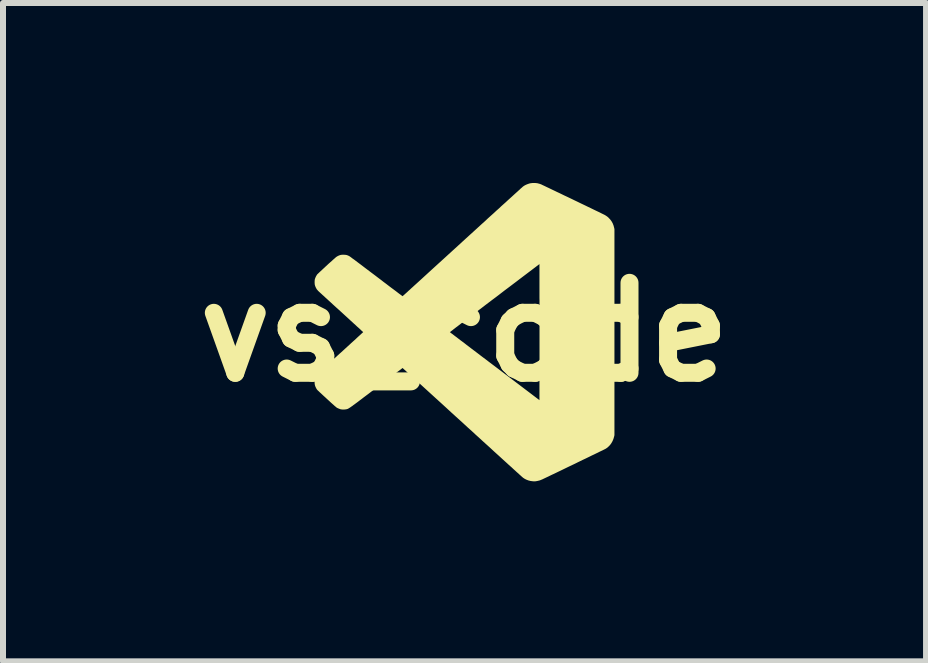
<source format=kicad_pcb>
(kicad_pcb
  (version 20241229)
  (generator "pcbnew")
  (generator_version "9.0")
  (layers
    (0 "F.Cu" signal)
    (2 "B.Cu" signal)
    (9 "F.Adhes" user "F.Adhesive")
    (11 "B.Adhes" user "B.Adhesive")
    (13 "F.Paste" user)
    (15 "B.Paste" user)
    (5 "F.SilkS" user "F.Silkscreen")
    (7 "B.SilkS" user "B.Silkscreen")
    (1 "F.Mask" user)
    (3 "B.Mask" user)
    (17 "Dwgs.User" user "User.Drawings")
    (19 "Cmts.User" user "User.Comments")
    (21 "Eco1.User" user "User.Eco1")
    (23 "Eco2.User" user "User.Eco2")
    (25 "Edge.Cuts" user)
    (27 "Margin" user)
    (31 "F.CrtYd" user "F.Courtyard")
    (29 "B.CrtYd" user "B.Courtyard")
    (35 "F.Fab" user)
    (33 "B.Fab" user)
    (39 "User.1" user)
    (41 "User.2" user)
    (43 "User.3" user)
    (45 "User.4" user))
  (footprint "vs_code"
    (layer "F.Cu")
    (at 4.693 2.486)
    (property "Reference" "vs_code" (at 0 0 0) (layer "F.SilkS") (effects (font (size 1.5 1.5) (thickness 0.3))))
    (attr board_only exclude_from_pos_files exclude_from_bom)
    (fp_poly (pts (xy 1.213 -2.482) (xy 1.251 -2.472) (xy 1.271 -2.465) (xy 1.275 -2.464) (xy 1.283 -2.46) (xy 1.295 -2.454) (xy 1.31 -2.447) (xy 1.329 -2.438) (xy 1.352 -2.427) (xy 1.377 -2.415) (xy 1.405 -2.402) (xy 1.436 -2.387) (xy 1.469 -2.371) (xy 1.505 -2.354) (xy 1.542 -2.336) (xy 1.581 -2.318) (xy 1.622 -2.298) (xy 1.663 -2.278) (xy 1.706 -2.258) (xy 1.75 -2.237) (xy 1.794 -2.216) (xy 1.839 -2.194) (xy 1.883 -2.173) (xy 1.928 -2.151) (xy 1.972 -2.13) (xy 2.016 -2.109) (xy 2.059 -2.088) (xy 2.101 -2.068) (xy 2.142 -2.048) (xy 2.181 -2.029) (xy 2.219 -2.011) (xy 2.255 -1.994) (xy 2.288 -1.977) (xy 2.313 -1.965) (xy 2.339 -1.952) (xy 2.36 -1.939) (xy 2.38 -1.925) (xy 2.398 -1.91) (xy 2.401 -1.906) (xy 2.428 -1.878) (xy 2.451 -1.847) (xy 2.47 -1.813) (xy 2.484 -1.777) (xy 2.493 -1.743) (xy 2.499 -1.718) (xy 2.499 0) (xy 2.499 1.718) (xy 2.493 1.743) (xy 2.482 1.781) (xy 2.467 1.817) (xy 2.448 1.851) (xy 2.426 1.881) (xy 2.399 1.909) (xy 2.37 1.933) (xy 2.351 1.945) (xy 2.348 1.947) (xy 2.34 1.951) (xy 2.329 1.956) (xy 2.314 1.964) (xy 2.296 1.973) (xy 2.274 1.983) (xy 2.249 1.995) (xy 2.222 2.009) (xy 2.192 2.023) (xy 2.16 2.039) (xy 2.125 2.055) (xy 2.089 2.073) (xy 2.052 2.091) (xy 2.013 2.11) (xy 1.972 2.129) (xy 1.931 2.149) (xy 1.89 2.169) (xy 1.848 2.19) (xy 1.806 2.21) (xy 1.764 2.23) (xy 1.722 2.25) (xy 1.681 2.27) (xy 1.64 2.29) (xy 1.601 2.309) (xy 1.563 2.327) (xy 1.526 2.345) (xy 1.491 2.362) (xy 1.458 2.377) (xy 1.427 2.392) (xy 1.399 2.406) (xy 1.373 2.418) (xy 1.35 2.429) (xy 1.331 2.438) (xy 1.314 2.446) (xy 1.302 2.452) (xy 1.293 2.456) (xy 1.29 2.457) (xy 1.256 2.471) (xy 1.22 2.48) (xy 1.187 2.486) (xy 1.175 2.487) (xy 1.165 2.487) (xy 1.157 2.487) (xy 1.148 2.487) (xy 1.138 2.486) (xy 1.104 2.482) (xy 1.07 2.474) (xy 1.037 2.462) (xy 1.006 2.447) (xy 0.978 2.429) (xy 0.977 2.428) (xy 0.976 2.427) (xy 0.974 2.426) (xy 0.971 2.423) (xy 0.967 2.42) (xy 0.963 2.416) (xy 0.957 2.411) (xy 0.95 2.405) (xy 0.943 2.398) (xy 0.934 2.39) (xy 0.923 2.381) (xy 0.912 2.37) (xy 0.899 2.358) (xy 0.884 2.345) (xy 0.868 2.331) (xy 0.851 2.315) (xy 0.831 2.297) (xy 0.81 2.278) (xy 0.788 2.257) (xy 0.763 2.235) (xy 0.736 2.211) (xy 0.708 2.185) (xy 0.677 2.157) (xy 0.644 2.127) (xy 0.609 2.095) (xy 0.572 2.061) (xy 0.532 2.025) (xy 0.49 1.987) (xy 0.446 1.946) (xy 0.399 1.903) (xy 0.349 1.858) (xy 0.297 1.811) (xy 0.242 1.76) (xy 0.184 1.708) (xy 0.124 1.652) (xy 0.06 1.595) (xy -0.006 1.534) (xy -0.076 1.47) (xy -0.149 1.404) (xy -0.225 1.335) (xy -0.304 1.262) (xy -0.386 1.187) (xy -0.472 1.109) (xy -0.562 1.027) (xy -0.654 0.943) (xy -0.676 0.923) (xy -0.711 0.891) (xy -0.746 0.859) (xy -0.779 0.829) (xy -0.811 0.799) (xy -0.842 0.771) (xy -0.871 0.745) (xy -0.898 0.72) (xy -0.924 0.697) (xy -0.947 0.677) (xy -0.967 0.658) (xy -0.985 0.641) (xy -1.001 0.627) (xy -1.013 0.616) (xy -1.023 0.607) (xy -1.029 0.601) (xy -1.032 0.599) (xy -1.033 0.599) (xy -1.035 0.6) (xy -1.04 0.604) (xy -1.05 0.611) (xy -1.062 0.621) (xy -1.078 0.633) (xy -1.097 0.647) (xy -1.119 0.663) (xy -1.143 0.682) (xy -1.17 0.702) (xy -1.2 0.724) (xy -1.231 0.748) (xy -1.264 0.773) (xy -1.299 0.799) (xy -1.336 0.827) (xy -1.374 0.856) (xy -1.414 0.886) (xy -1.454 0.917) (xy -1.469 0.928) (xy -1.519 0.966) (xy -1.564 1) (xy -1.607 1.033) (xy -1.646 1.062) (xy -1.682 1.089) (xy -1.714 1.114) (xy -1.744 1.136) (xy -1.771 1.157) (xy -1.795 1.175) (xy -1.817 1.191) (xy -1.837 1.206) (xy -1.854 1.218) (xy -1.869 1.23) (xy -1.883 1.239) (xy -1.895 1.248) (xy -1.906 1.255) (xy -1.915 1.261) (xy -1.923 1.266) (xy -1.93 1.27) (xy -1.936 1.274) (xy -1.941 1.277) (xy -1.946 1.279) (xy -1.951 1.281) (xy -1.955 1.282) (xy -1.959 1.283) (xy -1.963 1.284) (xy -1.968 1.286) (xy -1.969 1.286) (xy -1.983 1.288) (xy -2.001 1.29) (xy -2.02 1.29) (xy -2.038 1.29) (xy -2.055 1.288) (xy -2.067 1.286) (xy -2.083 1.28) (xy -2.101 1.273) (xy -2.119 1.265) (xy -2.134 1.256) (xy -2.139 1.252) (xy -2.144 1.247) (xy -2.153 1.24) (xy -2.165 1.23) (xy -2.179 1.217) (xy -2.195 1.203) (xy -2.213 1.187) (xy -2.232 1.17) (xy -2.252 1.151) (xy -2.273 1.132) (xy -2.294 1.113) (xy -2.315 1.093) (xy -2.336 1.074) (xy -2.357 1.055) (xy -2.376 1.037) (xy -2.394 1.02) (xy -2.411 1.005) (xy -2.425 0.991) (xy -2.438 0.979) (xy -2.448 0.97) (xy -2.454 0.963) (xy -2.458 0.959) (xy -2.458 0.959) (xy -2.468 0.944) (xy -2.477 0.927) (xy -2.486 0.908) (xy -2.492 0.89) (xy -2.494 0.883) (xy -2.497 0.867) (xy -2.499 0.848) (xy -2.499 0.829) (xy -2.498 0.809) (xy -2.496 0.791) (xy -2.493 0.781) (xy -2.482 0.75) (xy -2.468 0.722) (xy -2.45 0.698) (xy -2.442 0.69) (xy -2.44 0.687) (xy -2.433 0.681) (xy -2.423 0.672) (xy -2.411 0.66) (xy -2.395 0.646) (xy -2.377 0.629) (xy -2.356 0.61) (xy -2.333 0.589) (xy -2.307 0.565) (xy -2.279 0.54) (xy -2.25 0.513) (xy -2.219 0.485) (xy -2.187 0.455) (xy -2.153 0.424) (xy -2.118 0.392) (xy -2.082 0.359) (xy -2.06 0.34) (xy -2.024 0.307) (xy -1.988 0.274) (xy -1.954 0.243) (xy -1.921 0.213) (xy -1.89 0.184) (xy -1.86 0.157) (xy -1.832 0.132) (xy -1.806 0.108) (xy -1.783 0.086) (xy -1.761 0.066) (xy -1.742 0.049) (xy -1.726 0.034) (xy -1.712 0.021) (xy -1.702 0.012) (xy -1.694 0.005) (xy -1.69 0.001) (xy -1.69 0.00047) (xy -0.244 0.00047) (xy -0.242 0.002) (xy -0.236 0.007) (xy -0.227 0.014) (xy -0.214 0.024) (xy -0.197 0.036) (xy -0.178 0.051) (xy -0.156 0.068) (xy -0.13 0.087) (xy -0.102 0.109) (xy -0.071 0.133) (xy -0.037 0.158) (xy -0.001 0.185) (xy 0.037 0.215) (xy 0.077 0.245) (xy 0.12 0.278) (xy 0.164 0.311) (xy 0.21 0.346) (xy 0.258 0.383) (xy 0.307 0.42) (xy 0.358 0.458) (xy 0.41 0.498) (xy 0.463 0.538) (xy 0.503 0.568) (xy 1.249 1.134) (xy 1.249 0.567) (xy 1.25 0.505) (xy 1.25 0.438) (xy 1.25 0.368) (xy 1.25 0.295) (xy 1.25 0.22) (xy 1.25 0.142) (xy 1.25 0.064) (xy 1.25 -0.015) (xy 1.25 -0.094) (xy 1.25 -0.172) (xy 1.25 -0.249) (xy 1.25 -0.323) (xy 1.25 -0.395) (xy 1.25 -0.464) (xy 1.25 -0.529) (xy 1.249 -0.567) (xy 1.249 -1.134) (xy 0.903 -0.872) (xy 0.864 -0.842) (xy 0.82 -0.809) (xy 0.774 -0.774) (xy 0.725 -0.737) (xy 0.674 -0.699) (xy 0.622 -0.659) (xy 0.569 -0.618) (xy 0.515 -0.577) (xy 0.46 -0.536) (xy 0.406 -0.495) (xy 0.353 -0.455) (xy 0.301 -0.415) (xy 0.251 -0.377) (xy 0.203 -0.341) (xy 0.157 -0.306) (xy 0.157 -0.306) (xy 0.118 -0.276) (xy 0.079 -0.247) (xy 0.043 -0.219) (xy 0.007 -0.192) (xy -0.027 -0.166) (xy -0.059 -0.142) (xy -0.089 -0.119) (xy -0.117 -0.097) (xy -0.143 -0.078) (xy -0.166 -0.06) (xy -0.187 -0.044) (xy -0.204 -0.03) (xy -0.219 -0.019) (xy -0.23 -0.01) (xy -0.238 -0.004) (xy -0.243 -0.000342) (xy -0.244 0.00047) (xy -1.69 0.00047) (xy -1.69 0.000003) (xy -1.691 -0.002) (xy -1.697 -0.007) (xy -1.705 -0.015) (xy -1.717 -0.025) (xy -1.731 -0.039) (xy -1.748 -0.055) (xy -1.768 -0.073) (xy -1.791 -0.093) (xy -1.815 -0.116) (xy -1.842 -0.14) (xy -1.871 -0.167) (xy -1.901 -0.194) (xy -1.933 -0.224) (xy -1.966 -0.254) (xy -2.001 -0.286) (xy -2.036 -0.318) (xy -2.06 -0.34) (xy -2.096 -0.373) (xy -2.132 -0.405) (xy -2.167 -0.437) (xy -2.2 -0.467) (xy -2.232 -0.497) (xy -2.262 -0.524) (xy -2.291 -0.551) (xy -2.318 -0.575) (xy -2.342 -0.598) (xy -2.365 -0.618) (xy -2.384 -0.636) (xy -2.402 -0.652) (xy -2.416 -0.665) (xy -2.428 -0.676) (xy -2.436 -0.684) (xy -2.441 -0.688) (xy -2.442 -0.69) (xy -2.462 -0.713) (xy -2.477 -0.739) (xy -2.49 -0.769) (xy -2.493 -0.781) (xy -2.497 -0.796) (xy -2.498 -0.814) (xy -2.499 -0.834) (xy -2.498 -0.854) (xy -2.497 -0.872) (xy -2.494 -0.883) (xy -2.489 -0.899) (xy -2.481 -0.918) (xy -2.472 -0.936) (xy -2.462 -0.952) (xy -2.458 -0.959) (xy -2.455 -0.963) (xy -2.448 -0.969) (xy -2.438 -0.979) (xy -2.426 -0.99) (xy -2.412 -1.004) (xy -2.395 -1.019) (xy -2.377 -1.036) (xy -2.358 -1.054) (xy -2.337 -1.073) (xy -2.316 -1.093) (xy -2.295 -1.112) (xy -2.274 -1.132) (xy -2.253 -1.151) (xy -2.233 -1.169) (xy -2.213 -1.186) (xy -2.196 -1.202) (xy -2.179 -1.217) (xy -2.165 -1.229) (xy -2.154 -1.239) (xy -2.145 -1.247) (xy -2.139 -1.252) (xy -2.139 -1.252) (xy -2.125 -1.261) (xy -2.109 -1.27) (xy -2.091 -1.278) (xy -2.074 -1.284) (xy -2.067 -1.286) (xy -2.057 -1.288) (xy -2.045 -1.289) (xy -2.031 -1.29) (xy -2.017 -1.29) (xy -1.995 -1.289) (xy -1.976 -1.287) (xy -1.958 -1.283) (xy -1.941 -1.276) (xy -1.925 -1.269) (xy -1.921 -1.266) (xy -1.915 -1.263) (xy -1.908 -1.258) (xy -1.898 -1.251) (xy -1.886 -1.242) (xy -1.872 -1.231) (xy -1.855 -1.219) (xy -1.835 -1.205) (xy -1.813 -1.188) (xy -1.788 -1.169) (xy -1.76 -1.148) (xy -1.729 -1.125) (xy -1.695 -1.099) (xy -1.657 -1.07) (xy -1.616 -1.039) (xy -1.571 -1.005) (xy -1.523 -0.969) (xy -1.471 -0.93) (xy -1.469 -0.928) (xy -1.428 -0.897) (xy -1.388 -0.867) (xy -1.35 -0.837) (xy -1.312 -0.809) (xy -1.277 -0.782) (xy -1.243 -0.756) (xy -1.211 -0.732) (xy -1.181 -0.71) (xy -1.153 -0.689) (xy -1.128 -0.67) (xy -1.105 -0.652) (xy -1.085 -0.637) (xy -1.068 -0.625) (xy -1.054 -0.614) (xy -1.043 -0.607) (xy -1.036 -0.601) (xy -1.033 -0.599) (xy -1.033 -0.599) (xy -1.03 -0.6) (xy -1.025 -0.605) (xy -1.017 -0.613) (xy -1.005 -0.623) (xy -0.991 -0.636) (xy -0.974 -0.651) (xy -0.955 -0.668) (xy -0.934 -0.688) (xy -0.911 -0.708) (xy -0.887 -0.731) (xy -0.861 -0.754) (xy -0.834 -0.779) (xy -0.815 -0.796) (xy -0.715 -0.887) (xy -0.619 -0.975) (xy -0.526 -1.06) (xy -0.436 -1.142) (xy -0.35 -1.22) (xy -0.267 -1.296) (xy -0.188 -1.368) (xy -0.111 -1.438) (xy -0.038 -1.505) (xy 0.032 -1.569) (xy 0.099 -1.63) (xy 0.163 -1.688) (xy 0.224 -1.744) (xy 0.282 -1.797) (xy 0.338 -1.847) (xy 0.39 -1.896) (xy 0.44 -1.941) (xy 0.488 -1.984) (xy 0.532 -2.025) (xy 0.575 -2.063) (xy 0.614 -2.1) (xy 0.652 -2.134) (xy 0.687 -2.165) (xy 0.719 -2.195) (xy 0.75 -2.223) (xy 0.778 -2.248) (xy 0.804 -2.272) (xy 0.828 -2.294) (xy 0.85 -2.314) (xy 0.87 -2.332) (xy 0.888 -2.348) (xy 0.904 -2.363) (xy 0.919 -2.376) (xy 0.931 -2.388) (xy 0.942 -2.398) (xy 0.952 -2.406) (xy 0.96 -2.413) (xy 0.966 -2.419) (xy 0.971 -2.423) (xy 0.974 -2.426) (xy 0.976 -2.428) (xy 0.977 -2.428) (xy 0.999 -2.443) (xy 1.024 -2.456) (xy 1.051 -2.467) (xy 1.077 -2.476) (xy 1.097 -2.481) (xy 1.136 -2.486) (xy 1.175 -2.486)) (stroke (width 0) (type solid)) (fill yes) (layer "F.SilkS")))
  (gr_rect
    (start -3 -3)
    (end 12.386 7.974)
    (stroke (width 0.1) (type default))
    (fill no)
    (layer "Edge.Cuts")))
</source>
